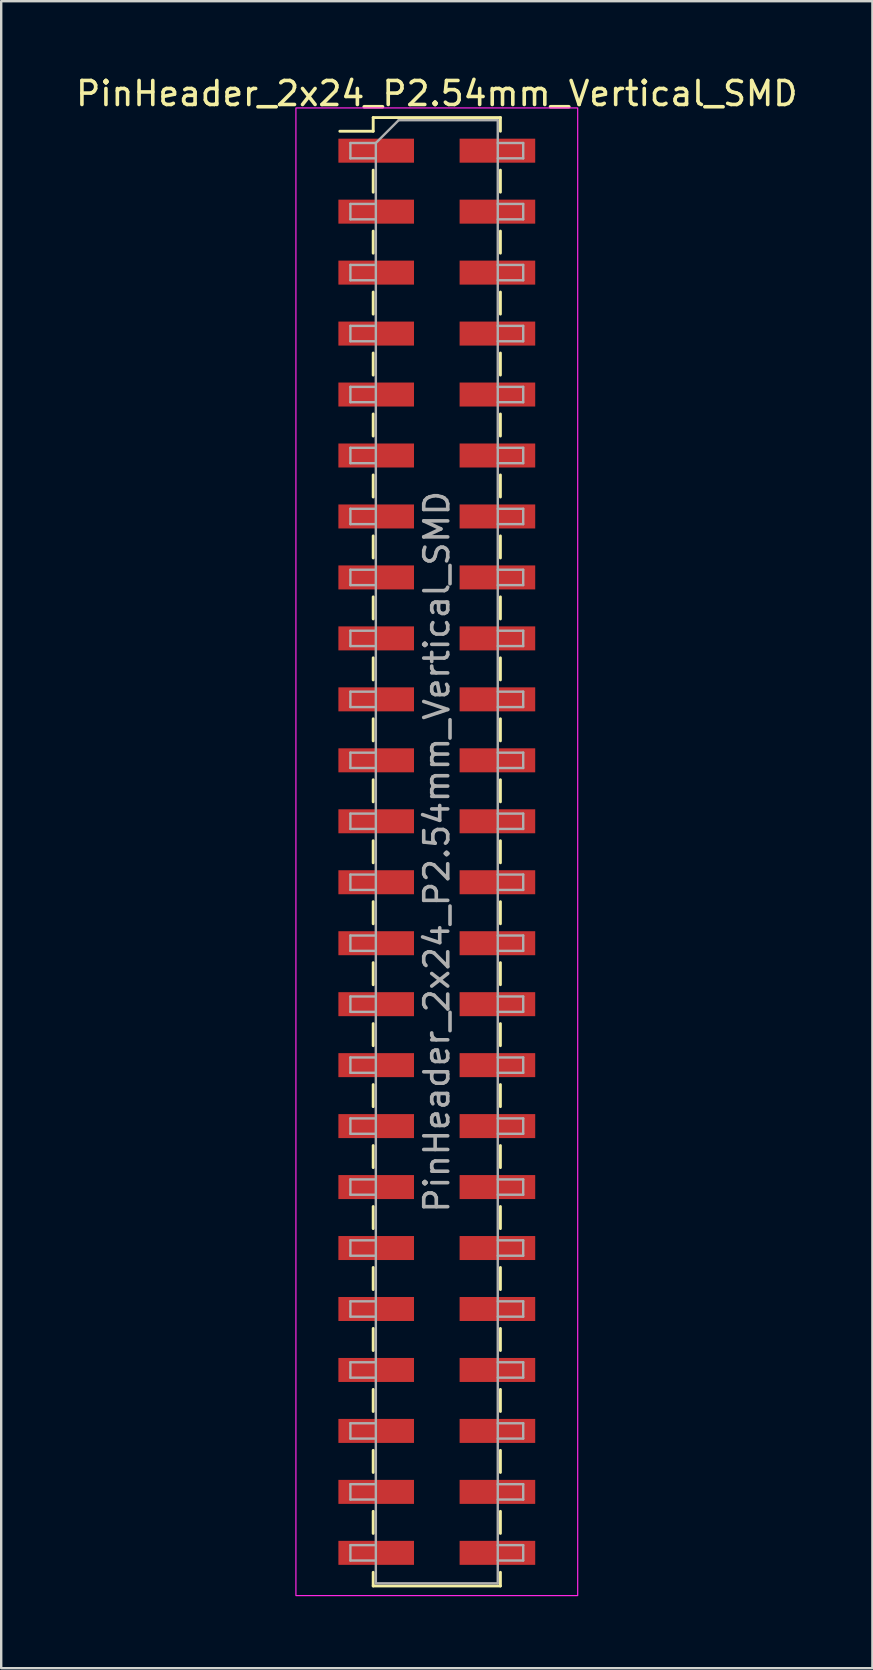
<source format=kicad_pcb>
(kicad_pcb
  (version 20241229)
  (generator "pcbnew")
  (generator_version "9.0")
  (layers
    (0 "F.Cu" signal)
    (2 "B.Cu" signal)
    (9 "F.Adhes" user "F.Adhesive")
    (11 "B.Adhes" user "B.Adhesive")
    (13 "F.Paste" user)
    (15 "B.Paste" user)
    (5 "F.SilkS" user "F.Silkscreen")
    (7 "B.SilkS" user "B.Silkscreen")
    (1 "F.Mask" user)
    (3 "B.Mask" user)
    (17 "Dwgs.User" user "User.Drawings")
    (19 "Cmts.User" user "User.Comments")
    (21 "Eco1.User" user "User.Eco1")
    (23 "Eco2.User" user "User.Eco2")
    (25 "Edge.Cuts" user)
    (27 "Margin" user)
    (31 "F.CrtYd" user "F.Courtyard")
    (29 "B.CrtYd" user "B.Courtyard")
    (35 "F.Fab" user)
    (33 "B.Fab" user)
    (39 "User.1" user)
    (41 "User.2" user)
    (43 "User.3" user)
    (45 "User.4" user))
  (footprint "PinHeader_2x24_P2.54mm_Vertical_SMD"
    (layer "F.Cu")
    (at 15.149 32.438)
    (property "Reference" "PinHeader_2x24_P2.54mm_Vertical_SMD" (at 0 -31.59 0) (layer "F.SilkS") (effects (font (size 1 1) (thickness 0.15))))
    (attr smd)
    (fp_line (start -4.04 -30.02) (end -2.65 -30.02) (stroke (width 0.12) (type solid)) (layer "F.SilkS"))
    (fp_line (start -2.65 -30.59) (end -2.65 -30.02) (stroke (width 0.12) (type solid)) (layer "F.SilkS"))
    (fp_line (start -2.65 -30.59) (end 2.65 -30.59) (stroke (width 0.12) (type solid)) (layer "F.SilkS"))
    (fp_line (start -2.65 -28.4) (end -2.65 -27.48) (stroke (width 0.12) (type solid)) (layer "F.SilkS"))
    (fp_line (start -2.65 -25.86) (end -2.65 -24.94) (stroke (width 0.12) (type solid)) (layer "F.SilkS"))
    (fp_line (start -2.65 -23.32) (end -2.65 -22.4) (stroke (width 0.12) (type solid)) (layer "F.SilkS"))
    (fp_line (start -2.65 -20.78) (end -2.65 -19.86) (stroke (width 0.12) (type solid)) (layer "F.SilkS"))
    (fp_line (start -2.65 -18.24) (end -2.65 -17.32) (stroke (width 0.12) (type solid)) (layer "F.SilkS"))
    (fp_line (start -2.65 -15.7) (end -2.65 -14.78) (stroke (width 0.12) (type solid)) (layer "F.SilkS"))
    (fp_line (start -2.65 -13.16) (end -2.65 -12.24) (stroke (width 0.12) (type solid)) (layer "F.SilkS"))
    (fp_line (start -2.65 -10.62) (end -2.65 -9.7) (stroke (width 0.12) (type solid)) (layer "F.SilkS"))
    (fp_line (start -2.65 -8.08) (end -2.65 -7.16) (stroke (width 0.12) (type solid)) (layer "F.SilkS"))
    (fp_line (start -2.65 -5.54) (end -2.65 -4.62) (stroke (width 0.12) (type solid)) (layer "F.SilkS"))
    (fp_line (start -2.65 -3) (end -2.65 -2.08) (stroke (width 0.12) (type solid)) (layer "F.SilkS"))
    (fp_line (start -2.65 -0.46) (end -2.65 0.46) (stroke (width 0.12) (type solid)) (layer "F.SilkS"))
    (fp_line (start -2.65 2.08) (end -2.65 3) (stroke (width 0.12) (type solid)) (layer "F.SilkS"))
    (fp_line (start -2.65 4.62) (end -2.65 5.54) (stroke (width 0.12) (type solid)) (layer "F.SilkS"))
    (fp_line (start -2.65 7.16) (end -2.65 8.08) (stroke (width 0.12) (type solid)) (layer "F.SilkS"))
    (fp_line (start -2.65 9.7) (end -2.65 10.62) (stroke (width 0.12) (type solid)) (layer "F.SilkS"))
    (fp_line (start -2.65 12.24) (end -2.65 13.16) (stroke (width 0.12) (type solid)) (layer "F.SilkS"))
    (fp_line (start -2.65 14.78) (end -2.65 15.7) (stroke (width 0.12) (type solid)) (layer "F.SilkS"))
    (fp_line (start -2.65 17.32) (end -2.65 18.24) (stroke (width 0.12) (type solid)) (layer "F.SilkS"))
    (fp_line (start -2.65 19.86) (end -2.65 20.78) (stroke (width 0.12) (type solid)) (layer "F.SilkS"))
    (fp_line (start -2.65 22.4) (end -2.65 23.32) (stroke (width 0.12) (type solid)) (layer "F.SilkS"))
    (fp_line (start -2.65 24.94) (end -2.65 25.86) (stroke (width 0.12) (type solid)) (layer "F.SilkS"))
    (fp_line (start -2.65 27.48) (end -2.65 28.4) (stroke (width 0.12) (type solid)) (layer "F.SilkS"))
    (fp_line (start -2.65 30.02) (end -2.65 30.59) (stroke (width 0.12) (type solid)) (layer "F.SilkS"))
    (fp_line (start -2.65 30.59) (end 2.65 30.59) (stroke (width 0.12) (type solid)) (layer "F.SilkS"))
    (fp_line (start 2.65 -30.59) (end 2.65 -30.02) (stroke (width 0.12) (type solid)) (layer "F.SilkS"))
    (fp_line (start 2.65 -28.4) (end 2.65 -27.48) (stroke (width 0.12) (type solid)) (layer "F.SilkS"))
    (fp_line (start 2.65 -25.86) (end 2.65 -24.94) (stroke (width 0.12) (type solid)) (layer "F.SilkS"))
    (fp_line (start 2.65 -23.32) (end 2.65 -22.4) (stroke (width 0.12) (type solid)) (layer "F.SilkS"))
    (fp_line (start 2.65 -20.78) (end 2.65 -19.86) (stroke (width 0.12) (type solid)) (layer "F.SilkS"))
    (fp_line (start 2.65 -18.24) (end 2.65 -17.32) (stroke (width 0.12) (type solid)) (layer "F.SilkS"))
    (fp_line (start 2.65 -15.7) (end 2.65 -14.78) (stroke (width 0.12) (type solid)) (layer "F.SilkS"))
    (fp_line (start 2.65 -13.16) (end 2.65 -12.24) (stroke (width 0.12) (type solid)) (layer "F.SilkS"))
    (fp_line (start 2.65 -10.62) (end 2.65 -9.7) (stroke (width 0.12) (type solid)) (layer "F.SilkS"))
    (fp_line (start 2.65 -8.08) (end 2.65 -7.16) (stroke (width 0.12) (type solid)) (layer "F.SilkS"))
    (fp_line (start 2.65 -5.54) (end 2.65 -4.62) (stroke (width 0.12) (type solid)) (layer "F.SilkS"))
    (fp_line (start 2.65 -3) (end 2.65 -2.08) (stroke (width 0.12) (type solid)) (layer "F.SilkS"))
    (fp_line (start 2.65 -0.46) (end 2.65 0.46) (stroke (width 0.12) (type solid)) (layer "F.SilkS"))
    (fp_line (start 2.65 2.08) (end 2.65 3) (stroke (width 0.12) (type solid)) (layer "F.SilkS"))
    (fp_line (start 2.65 4.62) (end 2.65 5.54) (stroke (width 0.12) (type solid)) (layer "F.SilkS"))
    (fp_line (start 2.65 7.16) (end 2.65 8.08) (stroke (width 0.12) (type solid)) (layer "F.SilkS"))
    (fp_line (start 2.65 9.7) (end 2.65 10.62) (stroke (width 0.12) (type solid)) (layer "F.SilkS"))
    (fp_line (start 2.65 12.24) (end 2.65 13.16) (stroke (width 0.12) (type solid)) (layer "F.SilkS"))
    (fp_line (start 2.65 14.78) (end 2.65 15.7) (stroke (width 0.12) (type solid)) (layer "F.SilkS"))
    (fp_line (start 2.65 17.32) (end 2.65 18.24) (stroke (width 0.12) (type solid)) (layer "F.SilkS"))
    (fp_line (start 2.65 19.86) (end 2.65 20.78) (stroke (width 0.12) (type solid)) (layer "F.SilkS"))
    (fp_line (start 2.65 22.4) (end 2.65 23.32) (stroke (width 0.12) (type solid)) (layer "F.SilkS"))
    (fp_line (start 2.65 24.94) (end 2.65 25.86) (stroke (width 0.12) (type solid)) (layer "F.SilkS"))
    (fp_line (start 2.65 27.48) (end 2.65 28.4) (stroke (width 0.12) (type solid)) (layer "F.SilkS"))
    (fp_line (start 2.65 30.02) (end 2.65 30.59) (stroke (width 0.12) (type solid)) (layer "F.SilkS"))
    (fp_rect (start -5.87 -30.99) (end 5.87 30.99) (stroke (width 0.05) (type solid)) (fill no) (layer "F.CrtYd"))
    (fp_line (start -3.6 -29.53) (end -3.6 -28.89) (stroke (width 0.1) (type solid)) (layer "F.Fab"))
    (fp_line (start -3.6 -28.89) (end -2.54 -28.89) (stroke (width 0.1) (type solid)) (layer "F.Fab"))
    (fp_line (start -3.6 -26.99) (end -3.6 -26.35) (stroke (width 0.1) (type solid)) (layer "F.Fab"))
    (fp_line (start -3.6 -26.35) (end -2.54 -26.35) (stroke (width 0.1) (type solid)) (layer "F.Fab"))
    (fp_line (start -3.6 -24.45) (end -3.6 -23.81) (stroke (width 0.1) (type solid)) (layer "F.Fab"))
    (fp_line (start -3.6 -23.81) (end -2.54 -23.81) (stroke (width 0.1) (type solid)) (layer "F.Fab"))
    (fp_line (start -3.6 -21.91) (end -3.6 -21.27) (stroke (width 0.1) (type solid)) (layer "F.Fab"))
    (fp_line (start -3.6 -21.27) (end -2.54 -21.27) (stroke (width 0.1) (type solid)) (layer "F.Fab"))
    (fp_line (start -3.6 -19.37) (end -3.6 -18.73) (stroke (width 0.1) (type solid)) (layer "F.Fab"))
    (fp_line (start -3.6 -18.73) (end -2.54 -18.73) (stroke (width 0.1) (type solid)) (layer "F.Fab"))
    (fp_line (start -3.6 -16.83) (end -3.6 -16.19) (stroke (width 0.1) (type solid)) (layer "F.Fab"))
    (fp_line (start -3.6 -16.19) (end -2.54 -16.19) (stroke (width 0.1) (type solid)) (layer "F.Fab"))
    (fp_line (start -3.6 -14.29) (end -3.6 -13.65) (stroke (width 0.1) (type solid)) (layer "F.Fab"))
    (fp_line (start -3.6 -13.65) (end -2.54 -13.65) (stroke (width 0.1) (type solid)) (layer "F.Fab"))
    (fp_line (start -3.6 -11.75) (end -3.6 -11.11) (stroke (width 0.1) (type solid)) (layer "F.Fab"))
    (fp_line (start -3.6 -11.11) (end -2.54 -11.11) (stroke (width 0.1) (type solid)) (layer "F.Fab"))
    (fp_line (start -3.6 -9.21) (end -3.6 -8.57) (stroke (width 0.1) (type solid)) (layer "F.Fab"))
    (fp_line (start -3.6 -8.57) (end -2.54 -8.57) (stroke (width 0.1) (type solid)) (layer "F.Fab"))
    (fp_line (start -3.6 -6.67) (end -3.6 -6.03) (stroke (width 0.1) (type solid)) (layer "F.Fab"))
    (fp_line (start -3.6 -6.03) (end -2.54 -6.03) (stroke (width 0.1) (type solid)) (layer "F.Fab"))
    (fp_line (start -3.6 -4.13) (end -3.6 -3.49) (stroke (width 0.1) (type solid)) (layer "F.Fab"))
    (fp_line (start -3.6 -3.49) (end -2.54 -3.49) (stroke (width 0.1) (type solid)) (layer "F.Fab"))
    (fp_line (start -3.6 -1.59) (end -3.6 -0.95) (stroke (width 0.1) (type solid)) (layer "F.Fab"))
    (fp_line (start -3.6 -0.95) (end -2.54 -0.95) (stroke (width 0.1) (type solid)) (layer "F.Fab"))
    (fp_line (start -3.6 0.95) (end -3.6 1.59) (stroke (width 0.1) (type solid)) (layer "F.Fab"))
    (fp_line (start -3.6 1.59) (end -2.54 1.59) (stroke (width 0.1) (type solid)) (layer "F.Fab"))
    (fp_line (start -3.6 3.49) (end -3.6 4.13) (stroke (width 0.1) (type solid)) (layer "F.Fab"))
    (fp_line (start -3.6 4.13) (end -2.54 4.13) (stroke (width 0.1) (type solid)) (layer "F.Fab"))
    (fp_line (start -3.6 6.03) (end -3.6 6.67) (stroke (width 0.1) (type solid)) (layer "F.Fab"))
    (fp_line (start -3.6 6.67) (end -2.54 6.67) (stroke (width 0.1) (type solid)) (layer "F.Fab"))
    (fp_line (start -3.6 8.57) (end -3.6 9.21) (stroke (width 0.1) (type solid)) (layer "F.Fab"))
    (fp_line (start -3.6 9.21) (end -2.54 9.21) (stroke (width 0.1) (type solid)) (layer "F.Fab"))
    (fp_line (start -3.6 11.11) (end -3.6 11.75) (stroke (width 0.1) (type solid)) (layer "F.Fab"))
    (fp_line (start -3.6 11.75) (end -2.54 11.75) (stroke (width 0.1) (type solid)) (layer "F.Fab"))
    (fp_line (start -3.6 13.65) (end -3.6 14.29) (stroke (width 0.1) (type solid)) (layer "F.Fab"))
    (fp_line (start -3.6 14.29) (end -2.54 14.29) (stroke (width 0.1) (type solid)) (layer "F.Fab"))
    (fp_line (start -3.6 16.19) (end -3.6 16.83) (stroke (width 0.1) (type solid)) (layer "F.Fab"))
    (fp_line (start -3.6 16.83) (end -2.54 16.83) (stroke (width 0.1) (type solid)) (layer "F.Fab"))
    (fp_line (start -3.6 18.73) (end -3.6 19.37) (stroke (width 0.1) (type solid)) (layer "F.Fab"))
    (fp_line (start -3.6 19.37) (end -2.54 19.37) (stroke (width 0.1) (type solid)) (layer "F.Fab"))
    (fp_line (start -3.6 21.27) (end -3.6 21.91) (stroke (width 0.1) (type solid)) (layer "F.Fab"))
    (fp_line (start -3.6 21.91) (end -2.54 21.91) (stroke (width 0.1) (type solid)) (layer "F.Fab"))
    (fp_line (start -3.6 23.81) (end -3.6 24.45) (stroke (width 0.1) (type solid)) (layer "F.Fab"))
    (fp_line (start -3.6 24.45) (end -2.54 24.45) (stroke (width 0.1) (type solid)) (layer "F.Fab"))
    (fp_line (start -3.6 26.35) (end -3.6 26.99) (stroke (width 0.1) (type solid)) (layer "F.Fab"))
    (fp_line (start -3.6 26.99) (end -2.54 26.99) (stroke (width 0.1) (type solid)) (layer "F.Fab"))
    (fp_line (start -3.6 28.89) (end -3.6 29.53) (stroke (width 0.1) (type solid)) (layer "F.Fab"))
    (fp_line (start -3.6 29.53) (end -2.54 29.53) (stroke (width 0.1) (type solid)) (layer "F.Fab"))
    (fp_line (start -2.54 -29.53) (end -3.6 -29.53) (stroke (width 0.1) (type solid)) (layer "F.Fab"))
    (fp_line (start -2.54 -29.53) (end -1.59 -30.48) (stroke (width 0.1) (type solid)) (layer "F.Fab"))
    (fp_line (start -2.54 -26.99) (end -3.6 -26.99) (stroke (width 0.1) (type solid)) (layer "F.Fab"))
    (fp_line (start -2.54 -24.45) (end -3.6 -24.45) (stroke (width 0.1) (type solid)) (layer "F.Fab"))
    (fp_line (start -2.54 -21.91) (end -3.6 -21.91) (stroke (width 0.1) (type solid)) (layer "F.Fab"))
    (fp_line (start -2.54 -19.37) (end -3.6 -19.37) (stroke (width 0.1) (type solid)) (layer "F.Fab"))
    (fp_line (start -2.54 -16.83) (end -3.6 -16.83) (stroke (width 0.1) (type solid)) (layer "F.Fab"))
    (fp_line (start -2.54 -14.29) (end -3.6 -14.29) (stroke (width 0.1) (type solid)) (layer "F.Fab"))
    (fp_line (start -2.54 -11.75) (end -3.6 -11.75) (stroke (width 0.1) (type solid)) (layer "F.Fab"))
    (fp_line (start -2.54 -9.21) (end -3.6 -9.21) (stroke (width 0.1) (type solid)) (layer "F.Fab"))
    (fp_line (start -2.54 -6.67) (end -3.6 -6.67) (stroke (width 0.1) (type solid)) (layer "F.Fab"))
    (fp_line (start -2.54 -4.13) (end -3.6 -4.13) (stroke (width 0.1) (type solid)) (layer "F.Fab"))
    (fp_line (start -2.54 -1.59) (end -3.6 -1.59) (stroke (width 0.1) (type solid)) (layer "F.Fab"))
    (fp_line (start -2.54 0.95) (end -3.6 0.95) (stroke (width 0.1) (type solid)) (layer "F.Fab"))
    (fp_line (start -2.54 3.49) (end -3.6 3.49) (stroke (width 0.1) (type solid)) (layer "F.Fab"))
    (fp_line (start -2.54 6.03) (end -3.6 6.03) (stroke (width 0.1) (type solid)) (layer "F.Fab"))
    (fp_line (start -2.54 8.57) (end -3.6 8.57) (stroke (width 0.1) (type solid)) (layer "F.Fab"))
    (fp_line (start -2.54 11.11) (end -3.6 11.11) (stroke (width 0.1) (type solid)) (layer "F.Fab"))
    (fp_line (start -2.54 13.65) (end -3.6 13.65) (stroke (width 0.1) (type solid)) (layer "F.Fab"))
    (fp_line (start -2.54 16.19) (end -3.6 16.19) (stroke (width 0.1) (type solid)) (layer "F.Fab"))
    (fp_line (start -2.54 18.73) (end -3.6 18.73) (stroke (width 0.1) (type solid)) (layer "F.Fab"))
    (fp_line (start -2.54 21.27) (end -3.6 21.27) (stroke (width 0.1) (type solid)) (layer "F.Fab"))
    (fp_line (start -2.54 23.81) (end -3.6 23.81) (stroke (width 0.1) (type solid)) (layer "F.Fab"))
    (fp_line (start -2.54 26.35) (end -3.6 26.35) (stroke (width 0.1) (type solid)) (layer "F.Fab"))
    (fp_line (start -2.54 28.89) (end -3.6 28.89) (stroke (width 0.1) (type solid)) (layer "F.Fab"))
    (fp_line (start -2.54 30.48) (end -2.54 -29.53) (stroke (width 0.1) (type solid)) (layer "F.Fab"))
    (fp_line (start -1.59 -30.48) (end 2.54 -30.48) (stroke (width 0.1) (type solid)) (layer "F.Fab"))
    (fp_line (start 2.54 -30.48) (end 2.54 30.48) (stroke (width 0.1) (type solid)) (layer "F.Fab"))
    (fp_line (start 2.54 -29.53) (end 3.6 -29.53) (stroke (width 0.1) (type solid)) (layer "F.Fab"))
    (fp_line (start 2.54 -26.99) (end 3.6 -26.99) (stroke (width 0.1) (type solid)) (layer "F.Fab"))
    (fp_line (start 2.54 -24.45) (end 3.6 -24.45) (stroke (width 0.1) (type solid)) (layer "F.Fab"))
    (fp_line (start 2.54 -21.91) (end 3.6 -21.91) (stroke (width 0.1) (type solid)) (layer "F.Fab"))
    (fp_line (start 2.54 -19.37) (end 3.6 -19.37) (stroke (width 0.1) (type solid)) (layer "F.Fab"))
    (fp_line (start 2.54 -16.83) (end 3.6 -16.83) (stroke (width 0.1) (type solid)) (layer "F.Fab"))
    (fp_line (start 2.54 -14.29) (end 3.6 -14.29) (stroke (width 0.1) (type solid)) (layer "F.Fab"))
    (fp_line (start 2.54 -11.75) (end 3.6 -11.75) (stroke (width 0.1) (type solid)) (layer "F.Fab"))
    (fp_line (start 2.54 -9.21) (end 3.6 -9.21) (stroke (width 0.1) (type solid)) (layer "F.Fab"))
    (fp_line (start 2.54 -6.67) (end 3.6 -6.67) (stroke (width 0.1) (type solid)) (layer "F.Fab"))
    (fp_line (start 2.54 -4.13) (end 3.6 -4.13) (stroke (width 0.1) (type solid)) (layer "F.Fab"))
    (fp_line (start 2.54 -1.59) (end 3.6 -1.59) (stroke (width 0.1) (type solid)) (layer "F.Fab"))
    (fp_line (start 2.54 0.95) (end 3.6 0.95) (stroke (width 0.1) (type solid)) (layer "F.Fab"))
    (fp_line (start 2.54 3.49) (end 3.6 3.49) (stroke (width 0.1) (type solid)) (layer "F.Fab"))
    (fp_line (start 2.54 6.03) (end 3.6 6.03) (stroke (width 0.1) (type solid)) (layer "F.Fab"))
    (fp_line (start 2.54 8.57) (end 3.6 8.57) (stroke (width 0.1) (type solid)) (layer "F.Fab"))
    (fp_line (start 2.54 11.11) (end 3.6 11.11) (stroke (width 0.1) (type solid)) (layer "F.Fab"))
    (fp_line (start 2.54 13.65) (end 3.6 13.65) (stroke (width 0.1) (type solid)) (layer "F.Fab"))
    (fp_line (start 2.54 16.19) (end 3.6 16.19) (stroke (width 0.1) (type solid)) (layer "F.Fab"))
    (fp_line (start 2.54 18.73) (end 3.6 18.73) (stroke (width 0.1) (type solid)) (layer "F.Fab"))
    (fp_line (start 2.54 21.27) (end 3.6 21.27) (stroke (width 0.1) (type solid)) (layer "F.Fab"))
    (fp_line (start 2.54 23.81) (end 3.6 23.81) (stroke (width 0.1) (type solid)) (layer "F.Fab"))
    (fp_line (start 2.54 26.35) (end 3.6 26.35) (stroke (width 0.1) (type solid)) (layer "F.Fab"))
    (fp_line (start 2.54 28.89) (end 3.6 28.89) (stroke (width 0.1) (type solid)) (layer "F.Fab"))
    (fp_line (start 2.54 30.48) (end -2.54 30.48) (stroke (width 0.1) (type solid)) (layer "F.Fab"))
    (fp_line (start 3.6 -29.53) (end 3.6 -28.89) (stroke (width 0.1) (type solid)) (layer "F.Fab"))
    (fp_line (start 3.6 -28.89) (end 2.54 -28.89) (stroke (width 0.1) (type solid)) (layer "F.Fab"))
    (fp_line (start 3.6 -26.99) (end 3.6 -26.35) (stroke (width 0.1) (type solid)) (layer "F.Fab"))
    (fp_line (start 3.6 -26.35) (end 2.54 -26.35) (stroke (width 0.1) (type solid)) (layer "F.Fab"))
    (fp_line (start 3.6 -24.45) (end 3.6 -23.81) (stroke (width 0.1) (type solid)) (layer "F.Fab"))
    (fp_line (start 3.6 -23.81) (end 2.54 -23.81) (stroke (width 0.1) (type solid)) (layer "F.Fab"))
    (fp_line (start 3.6 -21.91) (end 3.6 -21.27) (stroke (width 0.1) (type solid)) (layer "F.Fab"))
    (fp_line (start 3.6 -21.27) (end 2.54 -21.27) (stroke (width 0.1) (type solid)) (layer "F.Fab"))
    (fp_line (start 3.6 -19.37) (end 3.6 -18.73) (stroke (width 0.1) (type solid)) (layer "F.Fab"))
    (fp_line (start 3.6 -18.73) (end 2.54 -18.73) (stroke (width 0.1) (type solid)) (layer "F.Fab"))
    (fp_line (start 3.6 -16.83) (end 3.6 -16.19) (stroke (width 0.1) (type solid)) (layer "F.Fab"))
    (fp_line (start 3.6 -16.19) (end 2.54 -16.19) (stroke (width 0.1) (type solid)) (layer "F.Fab"))
    (fp_line (start 3.6 -14.29) (end 3.6 -13.65) (stroke (width 0.1) (type solid)) (layer "F.Fab"))
    (fp_line (start 3.6 -13.65) (end 2.54 -13.65) (stroke (width 0.1) (type solid)) (layer "F.Fab"))
    (fp_line (start 3.6 -11.75) (end 3.6 -11.11) (stroke (width 0.1) (type solid)) (layer "F.Fab"))
    (fp_line (start 3.6 -11.11) (end 2.54 -11.11) (stroke (width 0.1) (type solid)) (layer "F.Fab"))
    (fp_line (start 3.6 -9.21) (end 3.6 -8.57) (stroke (width 0.1) (type solid)) (layer "F.Fab"))
    (fp_line (start 3.6 -8.57) (end 2.54 -8.57) (stroke (width 0.1) (type solid)) (layer "F.Fab"))
    (fp_line (start 3.6 -6.67) (end 3.6 -6.03) (stroke (width 0.1) (type solid)) (layer "F.Fab"))
    (fp_line (start 3.6 -6.03) (end 2.54 -6.03) (stroke (width 0.1) (type solid)) (layer "F.Fab"))
    (fp_line (start 3.6 -4.13) (end 3.6 -3.49) (stroke (width 0.1) (type solid)) (layer "F.Fab"))
    (fp_line (start 3.6 -3.49) (end 2.54 -3.49) (stroke (width 0.1) (type solid)) (layer "F.Fab"))
    (fp_line (start 3.6 -1.59) (end 3.6 -0.95) (stroke (width 0.1) (type solid)) (layer "F.Fab"))
    (fp_line (start 3.6 -0.95) (end 2.54 -0.95) (stroke (width 0.1) (type solid)) (layer "F.Fab"))
    (fp_line (start 3.6 0.95) (end 3.6 1.59) (stroke (width 0.1) (type solid)) (layer "F.Fab"))
    (fp_line (start 3.6 1.59) (end 2.54 1.59) (stroke (width 0.1) (type solid)) (layer "F.Fab"))
    (fp_line (start 3.6 3.49) (end 3.6 4.13) (stroke (width 0.1) (type solid)) (layer "F.Fab"))
    (fp_line (start 3.6 4.13) (end 2.54 4.13) (stroke (width 0.1) (type solid)) (layer "F.Fab"))
    (fp_line (start 3.6 6.03) (end 3.6 6.67) (stroke (width 0.1) (type solid)) (layer "F.Fab"))
    (fp_line (start 3.6 6.67) (end 2.54 6.67) (stroke (width 0.1) (type solid)) (layer "F.Fab"))
    (fp_line (start 3.6 8.57) (end 3.6 9.21) (stroke (width 0.1) (type solid)) (layer "F.Fab"))
    (fp_line (start 3.6 9.21) (end 2.54 9.21) (stroke (width 0.1) (type solid)) (layer "F.Fab"))
    (fp_line (start 3.6 11.11) (end 3.6 11.75) (stroke (width 0.1) (type solid)) (layer "F.Fab"))
    (fp_line (start 3.6 11.75) (end 2.54 11.75) (stroke (width 0.1) (type solid)) (layer "F.Fab"))
    (fp_line (start 3.6 13.65) (end 3.6 14.29) (stroke (width 0.1) (type solid)) (layer "F.Fab"))
    (fp_line (start 3.6 14.29) (end 2.54 14.29) (stroke (width 0.1) (type solid)) (layer "F.Fab"))
    (fp_line (start 3.6 16.19) (end 3.6 16.83) (stroke (width 0.1) (type solid)) (layer "F.Fab"))
    (fp_line (start 3.6 16.83) (end 2.54 16.83) (stroke (width 0.1) (type solid)) (layer "F.Fab"))
    (fp_line (start 3.6 18.73) (end 3.6 19.37) (stroke (width 0.1) (type solid)) (layer "F.Fab"))
    (fp_line (start 3.6 19.37) (end 2.54 19.37) (stroke (width 0.1) (type solid)) (layer "F.Fab"))
    (fp_line (start 3.6 21.27) (end 3.6 21.91) (stroke (width 0.1) (type solid)) (layer "F.Fab"))
    (fp_line (start 3.6 21.91) (end 2.54 21.91) (stroke (width 0.1) (type solid)) (layer "F.Fab"))
    (fp_line (start 3.6 23.81) (end 3.6 24.45) (stroke (width 0.1) (type solid)) (layer "F.Fab"))
    (fp_line (start 3.6 24.45) (end 2.54 24.45) (stroke (width 0.1) (type solid)) (layer "F.Fab"))
    (fp_line (start 3.6 26.35) (end 3.6 26.99) (stroke (width 0.1) (type solid)) (layer "F.Fab"))
    (fp_line (start 3.6 26.99) (end 2.54 26.99) (stroke (width 0.1) (type solid)) (layer "F.Fab"))
    (fp_line (start 3.6 28.89) (end 3.6 29.53) (stroke (width 0.1) (type solid)) (layer "F.Fab"))
    (fp_line (start 3.6 29.53) (end 2.54 29.53) (stroke (width 0.1) (type solid)) (layer "F.Fab"))
    (fp_text user "${REFERENCE}" (at 0 0 90) (layer "F.Fab") (effects (font (size 1 1) (thickness 0.15))))
    (pad "1" smd rect (at -2.525 -29.21) (size 3.15 1) (layers "F.Cu" "F.Mask" "F.Paste"))
    (pad "2" smd rect (at 2.525 -29.21) (size 3.15 1) (layers "F.Cu" "F.Mask" "F.Paste"))
    (pad "3" smd rect (at -2.525 -26.67) (size 3.15 1) (layers "F.Cu" "F.Mask" "F.Paste"))
    (pad "4" smd rect (at 2.525 -26.67) (size 3.15 1) (layers "F.Cu" "F.Mask" "F.Paste"))
    (pad "5" smd rect (at -2.525 -24.13) (size 3.15 1) (layers "F.Cu" "F.Mask" "F.Paste"))
    (pad "6" smd rect (at 2.525 -24.13) (size 3.15 1) (layers "F.Cu" "F.Mask" "F.Paste"))
    (pad "7" smd rect (at -2.525 -21.59) (size 3.15 1) (layers "F.Cu" "F.Mask" "F.Paste"))
    (pad "8" smd rect (at 2.525 -21.59) (size 3.15 1) (layers "F.Cu" "F.Mask" "F.Paste"))
    (pad "9" smd rect (at -2.525 -19.05) (size 3.15 1) (layers "F.Cu" "F.Mask" "F.Paste"))
    (pad "10" smd rect (at 2.525 -19.05) (size 3.15 1) (layers "F.Cu" "F.Mask" "F.Paste"))
    (pad "11" smd rect (at -2.525 -16.51) (size 3.15 1) (layers "F.Cu" "F.Mask" "F.Paste"))
    (pad "12" smd rect (at 2.525 -16.51) (size 3.15 1) (layers "F.Cu" "F.Mask" "F.Paste"))
    (pad "13" smd rect (at -2.525 -13.97) (size 3.15 1) (layers "F.Cu" "F.Mask" "F.Paste"))
    (pad "14" smd rect (at 2.525 -13.97) (size 3.15 1) (layers "F.Cu" "F.Mask" "F.Paste"))
    (pad "15" smd rect (at -2.525 -11.43) (size 3.15 1) (layers "F.Cu" "F.Mask" "F.Paste"))
    (pad "16" smd rect (at 2.525 -11.43) (size 3.15 1) (layers "F.Cu" "F.Mask" "F.Paste"))
    (pad "17" smd rect (at -2.525 -8.89) (size 3.15 1) (layers "F.Cu" "F.Mask" "F.Paste"))
    (pad "18" smd rect (at 2.525 -8.89) (size 3.15 1) (layers "F.Cu" "F.Mask" "F.Paste"))
    (pad "19" smd rect (at -2.525 -6.35) (size 3.15 1) (layers "F.Cu" "F.Mask" "F.Paste"))
    (pad "20" smd rect (at 2.525 -6.35) (size 3.15 1) (layers "F.Cu" "F.Mask" "F.Paste"))
    (pad "21" smd rect (at -2.525 -3.81) (size 3.15 1) (layers "F.Cu" "F.Mask" "F.Paste"))
    (pad "22" smd rect (at 2.525 -3.81) (size 3.15 1) (layers "F.Cu" "F.Mask" "F.Paste"))
    (pad "23" smd rect (at -2.525 -1.27) (size 3.15 1) (layers "F.Cu" "F.Mask" "F.Paste"))
    (pad "24" smd rect (at 2.525 -1.27) (size 3.15 1) (layers "F.Cu" "F.Mask" "F.Paste"))
    (pad "25" smd rect (at -2.525 1.27) (size 3.15 1) (layers "F.Cu" "F.Mask" "F.Paste"))
    (pad "26" smd rect (at 2.525 1.27) (size 3.15 1) (layers "F.Cu" "F.Mask" "F.Paste"))
    (pad "27" smd rect (at -2.525 3.81) (size 3.15 1) (layers "F.Cu" "F.Mask" "F.Paste"))
    (pad "28" smd rect (at 2.525 3.81) (size 3.15 1) (layers "F.Cu" "F.Mask" "F.Paste"))
    (pad "29" smd rect (at -2.525 6.35) (size 3.15 1) (layers "F.Cu" "F.Mask" "F.Paste"))
    (pad "30" smd rect (at 2.525 6.35) (size 3.15 1) (layers "F.Cu" "F.Mask" "F.Paste"))
    (pad "31" smd rect (at -2.525 8.89) (size 3.15 1) (layers "F.Cu" "F.Mask" "F.Paste"))
    (pad "32" smd rect (at 2.525 8.89) (size 3.15 1) (layers "F.Cu" "F.Mask" "F.Paste"))
    (pad "33" smd rect (at -2.525 11.43) (size 3.15 1) (layers "F.Cu" "F.Mask" "F.Paste"))
    (pad "34" smd rect (at 2.525 11.43) (size 3.15 1) (layers "F.Cu" "F.Mask" "F.Paste"))
    (pad "35" smd rect (at -2.525 13.97) (size 3.15 1) (layers "F.Cu" "F.Mask" "F.Paste"))
    (pad "36" smd rect (at 2.525 13.97) (size 3.15 1) (layers "F.Cu" "F.Mask" "F.Paste"))
    (pad "37" smd rect (at -2.525 16.51) (size 3.15 1) (layers "F.Cu" "F.Mask" "F.Paste"))
    (pad "38" smd rect (at 2.525 16.51) (size 3.15 1) (layers "F.Cu" "F.Mask" "F.Paste"))
    (pad "39" smd rect (at -2.525 19.05) (size 3.15 1) (layers "F.Cu" "F.Mask" "F.Paste"))
    (pad "40" smd rect (at 2.525 19.05) (size 3.15 1) (layers "F.Cu" "F.Mask" "F.Paste"))
    (pad "41" smd rect (at -2.525 21.59) (size 3.15 1) (layers "F.Cu" "F.Mask" "F.Paste"))
    (pad "42" smd rect (at 2.525 21.59) (size 3.15 1) (layers "F.Cu" "F.Mask" "F.Paste"))
    (pad "43" smd rect (at -2.525 24.13) (size 3.15 1) (layers "F.Cu" "F.Mask" "F.Paste"))
    (pad "44" smd rect (at 2.525 24.13) (size 3.15 1) (layers "F.Cu" "F.Mask" "F.Paste"))
    (pad "45" smd rect (at -2.525 26.67) (size 3.15 1) (layers "F.Cu" "F.Mask" "F.Paste"))
    (pad "46" smd rect (at 2.525 26.67) (size 3.15 1) (layers "F.Cu" "F.Mask" "F.Paste"))
    (pad "47" smd rect (at -2.525 29.21) (size 3.15 1) (layers "F.Cu" "F.Mask" "F.Paste"))
    (pad "48" smd rect (at 2.525 29.21) (size 3.15 1) (layers "F.Cu" "F.Mask" "F.Paste")))
  (gr_rect
    (start -3 -3)
    (end 33.298 66.453)
    (stroke (width 0.1) (type default))
    (fill no)
    (layer "Edge.Cuts")))
</source>
